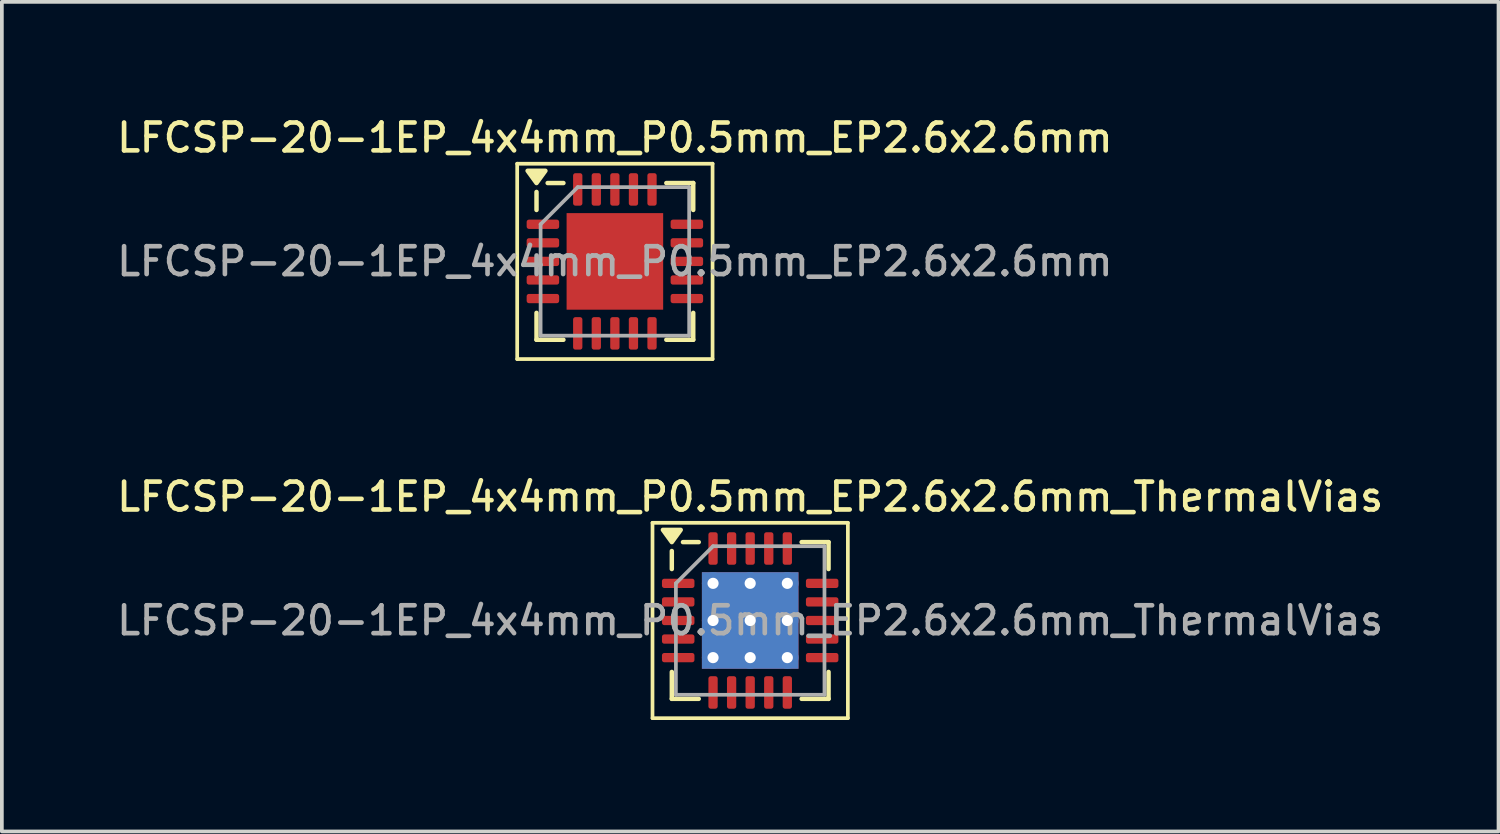
<source format=kicad_pcb>
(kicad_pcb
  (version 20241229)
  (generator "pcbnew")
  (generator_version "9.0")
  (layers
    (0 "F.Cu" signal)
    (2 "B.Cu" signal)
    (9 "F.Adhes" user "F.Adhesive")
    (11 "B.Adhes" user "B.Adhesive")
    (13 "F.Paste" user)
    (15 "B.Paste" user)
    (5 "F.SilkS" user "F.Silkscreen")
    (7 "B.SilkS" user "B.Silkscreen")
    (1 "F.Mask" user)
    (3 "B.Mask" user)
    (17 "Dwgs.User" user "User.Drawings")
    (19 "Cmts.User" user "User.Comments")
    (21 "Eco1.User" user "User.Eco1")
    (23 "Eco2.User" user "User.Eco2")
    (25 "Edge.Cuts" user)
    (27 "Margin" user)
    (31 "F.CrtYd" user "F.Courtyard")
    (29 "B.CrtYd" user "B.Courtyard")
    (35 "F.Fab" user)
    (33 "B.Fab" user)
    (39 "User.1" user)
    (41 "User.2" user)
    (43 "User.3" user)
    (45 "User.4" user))
  (footprint "LFCSP-20-1EP_4x4mm_P0.5mm_EP2.6x2.6mm"
    (layer "F.Cu")
    (at 13.505 3.988)
    (property "Reference" "LFCSP-20-1EP_4x4mm_P0.5mm_EP2.6x2.6mm" (at 0 -3.33 0) (layer "F.SilkS") (effects (font (size 0.75 0.75) (thickness 0.125))))
    (attr smd)
    (fp_line (start -2.63 -2.63) (end -2.63 2.63) (stroke (width 0.1) (type solid)) (layer "F.SilkS"))
    (fp_line (start -2.63 2.63) (end 2.63 2.63) (stroke (width 0.1) (type solid)) (layer "F.SilkS"))
    (fp_line (start -2.11 -1.385) (end -2.11 -1.87) (stroke (width 0.12) (type solid)) (layer "F.SilkS"))
    (fp_line (start -2.11 2.11) (end -2.11 1.385) (stroke (width 0.12) (type solid)) (layer "F.SilkS"))
    (fp_line (start -1.385 -2.11) (end -1.81 -2.11) (stroke (width 0.12) (type solid)) (layer "F.SilkS"))
    (fp_line (start -1.385 2.11) (end -2.11 2.11) (stroke (width 0.12) (type solid)) (layer "F.SilkS"))
    (fp_line (start 1.385 -2.11) (end 2.11 -2.11) (stroke (width 0.12) (type solid)) (layer "F.SilkS"))
    (fp_line (start 1.385 2.11) (end 2.11 2.11) (stroke (width 0.12) (type solid)) (layer "F.SilkS"))
    (fp_line (start 2.11 -2.11) (end 2.11 -1.385) (stroke (width 0.12) (type solid)) (layer "F.SilkS"))
    (fp_line (start 2.11 2.11) (end 2.11 1.385) (stroke (width 0.12) (type solid)) (layer "F.SilkS"))
    (fp_line (start 2.63 -2.63) (end -2.63 -2.63) (stroke (width 0.1) (type solid)) (layer "F.SilkS"))
    (fp_line (start 2.63 2.63) (end 2.63 -2.63) (stroke (width 0.1) (type solid)) (layer "F.SilkS"))
    (fp_poly (pts (xy -2.11 -2.11) (xy -2.35 -2.44) (xy -1.87 -2.44) (xy -2.11 -2.11)) (stroke (width 0.12) (type solid)) (fill yes) (layer "F.SilkS"))
    (fp_line (start -2 -1) (end -1 -2) (stroke (width 0.1) (type solid)) (layer "F.Fab"))
    (fp_line (start -2 2) (end -2 -1) (stroke (width 0.1) (type solid)) (layer "F.Fab"))
    (fp_line (start -1 -2) (end 2 -2) (stroke (width 0.1) (type solid)) (layer "F.Fab"))
    (fp_line (start 2 -2) (end 2 2) (stroke (width 0.1) (type solid)) (layer "F.Fab"))
    (fp_line (start 2 2) (end -2 2) (stroke (width 0.1) (type solid)) (layer "F.Fab"))
    (fp_text user "${REFERENCE}" (at 0 0 0) (layer "F.Fab") (effects (font (size 0.75 0.75) (thickness 0.125))))
    (pad "" smd roundrect (at -0.65 -0.65) (size 1.05 1.05) (layers "F.Paste") (roundrect_rratio 0.238))
    (pad "" smd roundrect (at -0.65 0.65) (size 1.05 1.05) (layers "F.Paste") (roundrect_rratio 0.238))
    (pad "" smd roundrect (at 0.65 -0.65) (size 1.05 1.05) (layers "F.Paste") (roundrect_rratio 0.238))
    (pad "" smd roundrect (at 0.65 0.65) (size 1.05 1.05) (layers "F.Paste") (roundrect_rratio 0.238))
    (pad "1" smd roundrect (at -1.938 -1) (size 0.875 0.25) (layers "F.Cu" "F.Mask" "F.Paste") (roundrect_rratio 0.25))
    (pad "2" smd roundrect (at -1.938 -0.5) (size 0.875 0.25) (layers "F.Cu" "F.Mask" "F.Paste") (roundrect_rratio 0.25))
    (pad "3" smd roundrect (at -1.938 0) (size 0.875 0.25) (layers "F.Cu" "F.Mask" "F.Paste") (roundrect_rratio 0.25))
    (pad "4" smd roundrect (at -1.938 0.5) (size 0.875 0.25) (layers "F.Cu" "F.Mask" "F.Paste") (roundrect_rratio 0.25))
    (pad "5" smd roundrect (at -1.938 1) (size 0.875 0.25) (layers "F.Cu" "F.Mask" "F.Paste") (roundrect_rratio 0.25))
    (pad "6" smd roundrect (at -1 1.938) (size 0.25 0.875) (layers "F.Cu" "F.Mask" "F.Paste") (roundrect_rratio 0.25))
    (pad "7" smd roundrect (at -0.5 1.938) (size 0.25 0.875) (layers "F.Cu" "F.Mask" "F.Paste") (roundrect_rratio 0.25))
    (pad "8" smd roundrect (at 0 1.938) (size 0.25 0.875) (layers "F.Cu" "F.Mask" "F.Paste") (roundrect_rratio 0.25))
    (pad "9" smd roundrect (at 0.5 1.938) (size 0.25 0.875) (layers "F.Cu" "F.Mask" "F.Paste") (roundrect_rratio 0.25))
    (pad "10" smd roundrect (at 1 1.938) (size 0.25 0.875) (layers "F.Cu" "F.Mask" "F.Paste") (roundrect_rratio 0.25))
    (pad "11" smd roundrect (at 1.938 1) (size 0.875 0.25) (layers "F.Cu" "F.Mask" "F.Paste") (roundrect_rratio 0.25))
    (pad "12" smd roundrect (at 1.938 0.5) (size 0.875 0.25) (layers "F.Cu" "F.Mask" "F.Paste") (roundrect_rratio 0.25))
    (pad "13" smd roundrect (at 1.938 0) (size 0.875 0.25) (layers "F.Cu" "F.Mask" "F.Paste") (roundrect_rratio 0.25))
    (pad "14" smd roundrect (at 1.938 -0.5) (size 0.875 0.25) (layers "F.Cu" "F.Mask" "F.Paste") (roundrect_rratio 0.25))
    (pad "15" smd roundrect (at 1.938 -1) (size 0.875 0.25) (layers "F.Cu" "F.Mask" "F.Paste") (roundrect_rratio 0.25))
    (pad "16" smd roundrect (at 1 -1.938) (size 0.25 0.875) (layers "F.Cu" "F.Mask" "F.Paste") (roundrect_rratio 0.25))
    (pad "17" smd roundrect (at 0.5 -1.938) (size 0.25 0.875) (layers "F.Cu" "F.Mask" "F.Paste") (roundrect_rratio 0.25))
    (pad "18" smd roundrect (at 0 -1.938) (size 0.25 0.875) (layers "F.Cu" "F.Mask" "F.Paste") (roundrect_rratio 0.25))
    (pad "19" smd roundrect (at -0.5 -1.938) (size 0.25 0.875) (layers "F.Cu" "F.Mask" "F.Paste") (roundrect_rratio 0.25))
    (pad "20" smd roundrect (at -1 -1.938) (size 0.25 0.875) (layers "F.Cu" "F.Mask" "F.Paste") (roundrect_rratio 0.25))
    (pad "21" smd rect (at 0 0) (size 2.6 2.6) (property pad_prop_heatsink) (layers "F.Cu" "F.Mask")))
  (footprint "LFCSP-20-1EP_4x4mm_P0.5mm_EP2.6x2.6mm_ThermalVias"
    (layer "F.Cu")
    (at 17.148 13.656)
    (property "Reference" "LFCSP-20-1EP_4x4mm_P0.5mm_EP2.6x2.6mm_ThermalVias" (at 0 -3.33 0) (layer "F.SilkS") (effects (font (size 0.75 0.75) (thickness 0.125))))
    (attr smd)
    (fp_line (start -2.63 -2.63) (end -2.63 2.63) (stroke (width 0.1) (type solid)) (layer "F.SilkS"))
    (fp_line (start -2.63 2.63) (end 2.63 2.63) (stroke (width 0.1) (type solid)) (layer "F.SilkS"))
    (fp_line (start -2.11 -1.385) (end -2.11 -1.87) (stroke (width 0.12) (type solid)) (layer "F.SilkS"))
    (fp_line (start -2.11 2.11) (end -2.11 1.385) (stroke (width 0.12) (type solid)) (layer "F.SilkS"))
    (fp_line (start -1.385 -2.11) (end -1.81 -2.11) (stroke (width 0.12) (type solid)) (layer "F.SilkS"))
    (fp_line (start -1.385 2.11) (end -2.11 2.11) (stroke (width 0.12) (type solid)) (layer "F.SilkS"))
    (fp_line (start 1.385 -2.11) (end 2.11 -2.11) (stroke (width 0.12) (type solid)) (layer "F.SilkS"))
    (fp_line (start 1.385 2.11) (end 2.11 2.11) (stroke (width 0.12) (type solid)) (layer "F.SilkS"))
    (fp_line (start 2.11 -2.11) (end 2.11 -1.385) (stroke (width 0.12) (type solid)) (layer "F.SilkS"))
    (fp_line (start 2.11 2.11) (end 2.11 1.385) (stroke (width 0.12) (type solid)) (layer "F.SilkS"))
    (fp_line (start 2.63 -2.63) (end -2.63 -2.63) (stroke (width 0.1) (type solid)) (layer "F.SilkS"))
    (fp_line (start 2.63 2.63) (end 2.63 -2.63) (stroke (width 0.1) (type solid)) (layer "F.SilkS"))
    (fp_poly (pts (xy -2.11 -2.11) (xy -2.35 -2.44) (xy -1.87 -2.44) (xy -2.11 -2.11)) (stroke (width 0.12) (type solid)) (fill yes) (layer "F.SilkS"))
    (fp_line (start -2 -1) (end -1 -2) (stroke (width 0.1) (type solid)) (layer "F.Fab"))
    (fp_line (start -2 2) (end -2 -1) (stroke (width 0.1) (type solid)) (layer "F.Fab"))
    (fp_line (start -1 -2) (end 2 -2) (stroke (width 0.1) (type solid)) (layer "F.Fab"))
    (fp_line (start 2 -2) (end 2 2) (stroke (width 0.1) (type solid)) (layer "F.Fab"))
    (fp_line (start 2 2) (end -2 2) (stroke (width 0.1) (type solid)) (layer "F.Fab"))
    (fp_text user "${REFERENCE}" (at 0 0 0) (layer "F.Fab") (effects (font (size 0.75 0.75) (thickness 0.125))))
    (pad "" smd roundrect (at -0.65 -0.65) (size 1.09 1.09) (layers "F.Paste") (roundrect_rratio 0.229))
    (pad "" smd roundrect (at -0.65 0.65) (size 1.09 1.09) (layers "F.Paste") (roundrect_rratio 0.229))
    (pad "" smd roundrect (at 0.65 -0.65) (size 1.09 1.09) (layers "F.Paste") (roundrect_rratio 0.229))
    (pad "" smd roundrect (at 0.65 0.65) (size 1.09 1.09) (layers "F.Paste") (roundrect_rratio 0.229))
    (pad "1" smd roundrect (at -1.938 -1) (size 0.875 0.25) (layers "F.Cu" "F.Mask" "F.Paste") (roundrect_rratio 0.25))
    (pad "2" smd roundrect (at -1.938 -0.5) (size 0.875 0.25) (layers "F.Cu" "F.Mask" "F.Paste") (roundrect_rratio 0.25))
    (pad "3" smd roundrect (at -1.938 0) (size 0.875 0.25) (layers "F.Cu" "F.Mask" "F.Paste") (roundrect_rratio 0.25))
    (pad "4" smd roundrect (at -1.938 0.5) (size 0.875 0.25) (layers "F.Cu" "F.Mask" "F.Paste") (roundrect_rratio 0.25))
    (pad "5" smd roundrect (at -1.938 1) (size 0.875 0.25) (layers "F.Cu" "F.Mask" "F.Paste") (roundrect_rratio 0.25))
    (pad "6" smd roundrect (at -1 1.938) (size 0.25 0.875) (layers "F.Cu" "F.Mask" "F.Paste") (roundrect_rratio 0.25))
    (pad "7" smd roundrect (at -0.5 1.938) (size 0.25 0.875) (layers "F.Cu" "F.Mask" "F.Paste") (roundrect_rratio 0.25))
    (pad "8" smd roundrect (at 0 1.938) (size 0.25 0.875) (layers "F.Cu" "F.Mask" "F.Paste") (roundrect_rratio 0.25))
    (pad "9" smd roundrect (at 0.5 1.938) (size 0.25 0.875) (layers "F.Cu" "F.Mask" "F.Paste") (roundrect_rratio 0.25))
    (pad "10" smd roundrect (at 1 1.938) (size 0.25 0.875) (layers "F.Cu" "F.Mask" "F.Paste") (roundrect_rratio 0.25))
    (pad "11" smd roundrect (at 1.938 1) (size 0.875 0.25) (layers "F.Cu" "F.Mask" "F.Paste") (roundrect_rratio 0.25))
    (pad "12" smd roundrect (at 1.938 0.5) (size 0.875 0.25) (layers "F.Cu" "F.Mask" "F.Paste") (roundrect_rratio 0.25))
    (pad "13" smd roundrect (at 1.938 0) (size 0.875 0.25) (layers "F.Cu" "F.Mask" "F.Paste") (roundrect_rratio 0.25))
    (pad "14" smd roundrect (at 1.938 -0.5) (size 0.875 0.25) (layers "F.Cu" "F.Mask" "F.Paste") (roundrect_rratio 0.25))
    (pad "15" smd roundrect (at 1.938 -1) (size 0.875 0.25) (layers "F.Cu" "F.Mask" "F.Paste") (roundrect_rratio 0.25))
    (pad "16" smd roundrect (at 1 -1.938) (size 0.25 0.875) (layers "F.Cu" "F.Mask" "F.Paste") (roundrect_rratio 0.25))
    (pad "17" smd roundrect (at 0.5 -1.938) (size 0.25 0.875) (layers "F.Cu" "F.Mask" "F.Paste") (roundrect_rratio 0.25))
    (pad "18" smd roundrect (at 0 -1.938) (size 0.25 0.875) (layers "F.Cu" "F.Mask" "F.Paste") (roundrect_rratio 0.25))
    (pad "19" smd roundrect (at -0.5 -1.938) (size 0.25 0.875) (layers "F.Cu" "F.Mask" "F.Paste") (roundrect_rratio 0.25))
    (pad "20" smd roundrect (at -1 -1.938) (size 0.25 0.875) (layers "F.Cu" "F.Mask" "F.Paste") (roundrect_rratio 0.25))
    (pad "21" thru_hole circle (at -1 -1) (size 0.6 0.6) (drill 0.3) (property pad_prop_heatsink) (layers "*.Cu"))
    (pad "21" thru_hole circle (at -1 0) (size 0.6 0.6) (drill 0.3) (property pad_prop_heatsink) (layers "*.Cu"))
    (pad "21" thru_hole circle (at -1 1) (size 0.6 0.6) (drill 0.3) (property pad_prop_heatsink) (layers "*.Cu"))
    (pad "21" thru_hole circle (at 0 -1) (size 0.6 0.6) (drill 0.3) (property pad_prop_heatsink) (layers "*.Cu"))
    (pad "21" thru_hole circle (at 0 0) (size 0.6 0.6) (drill 0.3) (property pad_prop_heatsink) (layers "*.Cu"))
    (pad "21" smd rect (at 0 0) (size 2.6 2.6) (property pad_prop_heatsink) (layers "F.Cu" "F.Mask"))
    (pad "21" smd rect (at 0 0) (size 2.6 2.6) (property pad_prop_heatsink) (layers "B.Cu"))
    (pad "21" thru_hole circle (at 0 1) (size 0.6 0.6) (drill 0.3) (property pad_prop_heatsink) (layers "*.Cu"))
    (pad "21" thru_hole circle (at 1 -1) (size 0.6 0.6) (drill 0.3) (property pad_prop_heatsink) (layers "*.Cu"))
    (pad "21" thru_hole circle (at 1 0) (size 0.6 0.6) (drill 0.3) (property pad_prop_heatsink) (layers "*.Cu"))
    (pad "21" thru_hole circle (at 1 1) (size 0.6 0.6) (drill 0.3) (property pad_prop_heatsink) (layers "*.Cu")))
  (gr_rect
    (start -3 -3)
    (end 37.296 19.336)
    (stroke (width 0.1) (type default))
    (fill no)
    (layer "Edge.Cuts")))
</source>
